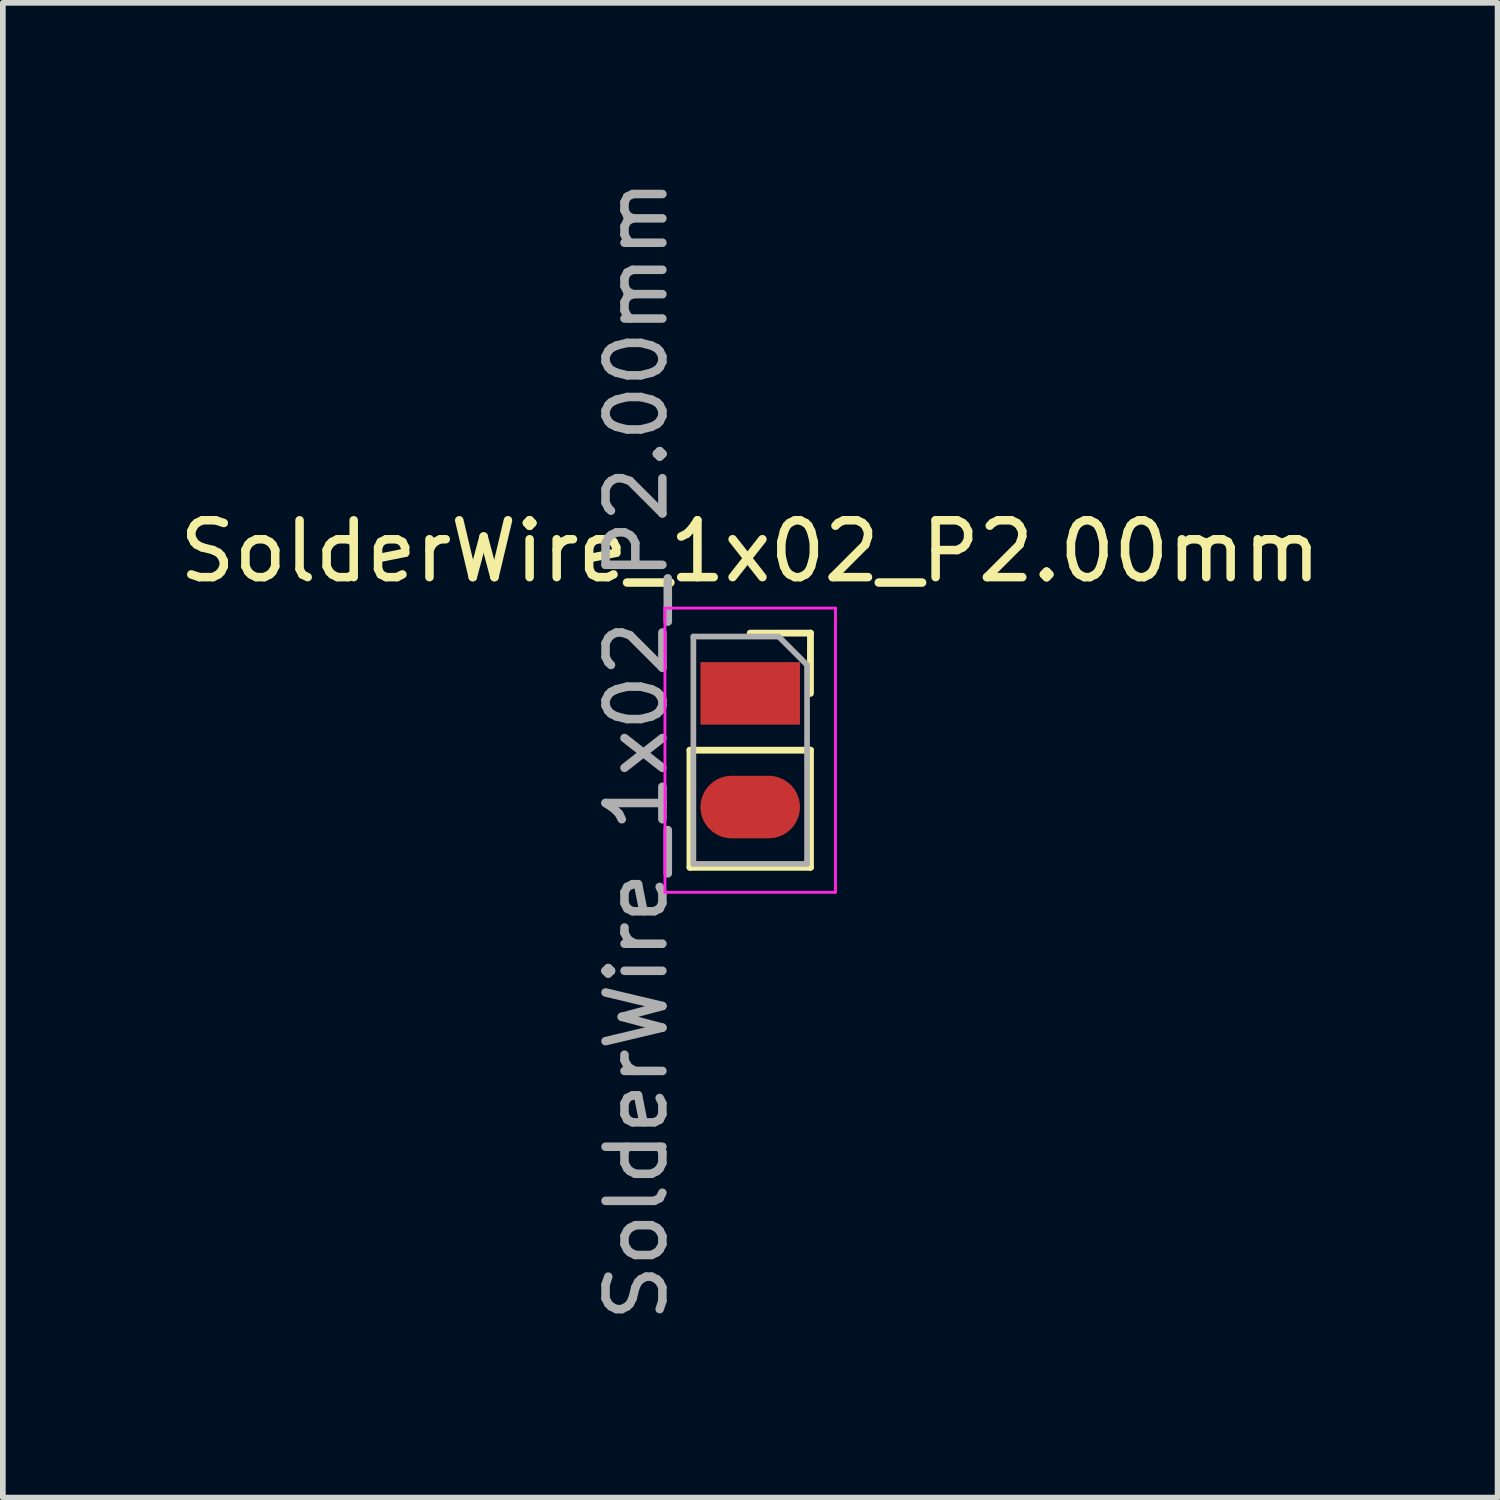
<source format=kicad_pcb>
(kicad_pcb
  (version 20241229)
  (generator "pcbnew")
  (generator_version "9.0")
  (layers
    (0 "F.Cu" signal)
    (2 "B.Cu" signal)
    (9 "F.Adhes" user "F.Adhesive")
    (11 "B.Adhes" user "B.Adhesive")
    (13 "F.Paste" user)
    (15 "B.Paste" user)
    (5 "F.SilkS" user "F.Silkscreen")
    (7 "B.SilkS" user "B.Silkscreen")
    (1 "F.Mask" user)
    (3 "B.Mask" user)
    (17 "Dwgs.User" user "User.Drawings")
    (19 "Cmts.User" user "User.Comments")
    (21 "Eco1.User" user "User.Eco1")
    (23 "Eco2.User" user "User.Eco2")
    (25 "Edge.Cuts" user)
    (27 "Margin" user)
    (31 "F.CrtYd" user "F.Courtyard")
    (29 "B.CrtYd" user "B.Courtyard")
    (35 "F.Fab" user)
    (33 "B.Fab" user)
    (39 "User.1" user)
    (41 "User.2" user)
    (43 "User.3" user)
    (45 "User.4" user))
  (footprint "SolderWire_1x02_P2.00mm"
    (layer "F.Cu")
    (at 10.149 9.149)
    (property "Reference" "SolderWire_1x02_P2.00mm" (at 0 -2.5 0) (layer "F.SilkS") (effects (font (size 1 1) (thickness 0.15))))
    (attr through_hole)
    (fp_line (start -1.06 1) (end -1.06 3.06) (stroke (width 0.12) (type solid)) (layer "F.SilkS"))
    (fp_line (start -1.06 1) (end 1.06 1) (stroke (width 0.12) (type solid)) (layer "F.SilkS"))
    (fp_line (start -1.06 3.06) (end 1.06 3.06) (stroke (width 0.12) (type solid)) (layer "F.SilkS"))
    (fp_line (start 0 -1.06) (end 1.06 -1.06) (stroke (width 0.12) (type solid)) (layer "F.SilkS"))
    (fp_line (start 1.06 -1.06) (end 1.06 0) (stroke (width 0.12) (type solid)) (layer "F.SilkS"))
    (fp_line (start 1.06 1) (end 1.06 3.06) (stroke (width 0.12) (type solid)) (layer "F.SilkS"))
    (fp_line (start -1.5 -1.5) (end 1.5 -1.5) (stroke (width 0.05) (type solid)) (layer "F.CrtYd"))
    (fp_line (start -1.5 3.5) (end -1.5 -1.5) (stroke (width 0.05) (type solid)) (layer "F.CrtYd"))
    (fp_line (start 1.5 -1.5) (end 1.5 3.5) (stroke (width 0.05) (type solid)) (layer "F.CrtYd"))
    (fp_line (start 1.5 3.5) (end -1.5 3.5) (stroke (width 0.05) (type solid)) (layer "F.CrtYd"))
    (fp_line (start -1 -1) (end 0.5 -1) (stroke (width 0.1) (type solid)) (layer "F.Fab"))
    (fp_line (start -1 3) (end -1 -1) (stroke (width 0.1) (type solid)) (layer "F.Fab"))
    (fp_line (start 0.5 -1) (end 1 -0.5) (stroke (width 0.1) (type solid)) (layer "F.Fab"))
    (fp_line (start 1 -0.5) (end 1 3) (stroke (width 0.1) (type solid)) (layer "F.Fab"))
    (fp_line (start 1 3) (end -1 3) (stroke (width 0.1) (type solid)) (layer "F.Fab"))
    (fp_text user "${REFERENCE}" (at -2 1 90) (layer "F.Fab") (effects (font (size 1 1) (thickness 0.15))))
    (pad "1" smd rect (at 0 0) (size 1.75 1.1) (layers "F.Cu" "F.Mask" "F.Paste"))
    (pad "2" smd oval (at 0 2) (size 1.75 1.1) (layers "F.Cu" "F.Mask" "F.Paste")))
  (gr_rect
    (start -3 -3)
    (end 23.298 23.298)
    (stroke (width 0.1) (type default))
    (fill no)
    (layer "Edge.Cuts")))
</source>
